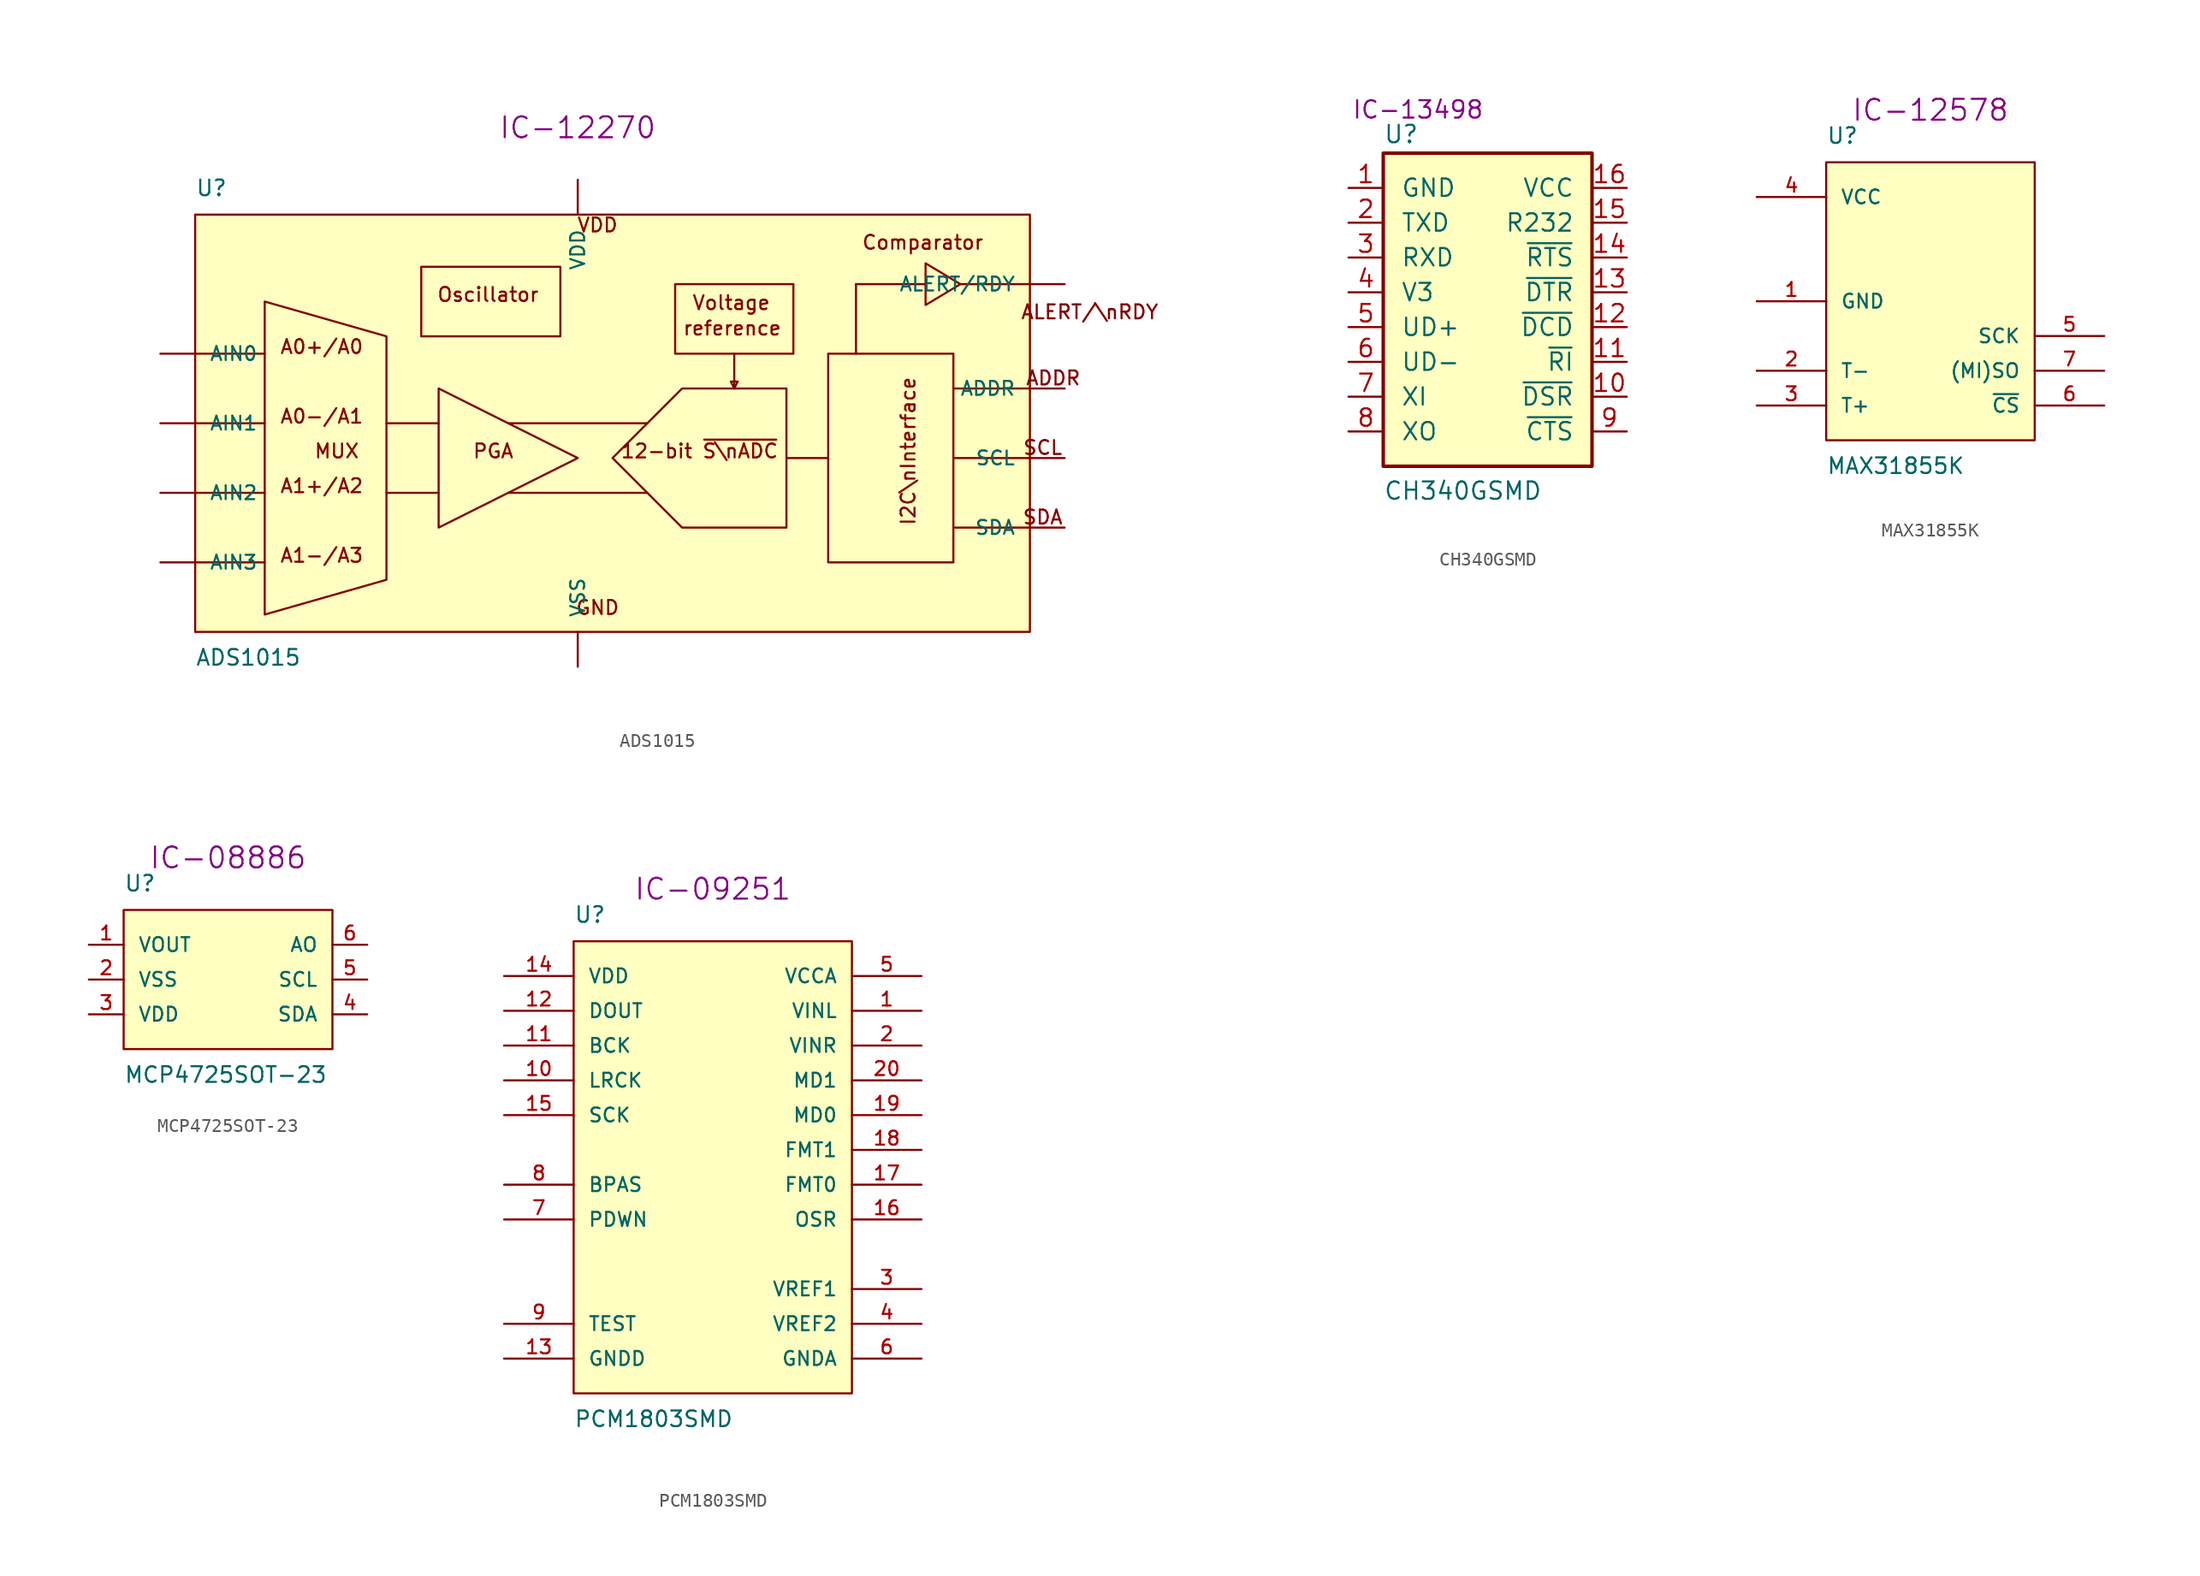
<source format=kicad_sym>
(kicad_symbol_lib
  (version 20220914)
  (generator kicad_symbol_editor)
  (symbol "ADS1015"
    (pin_numbers hide)
    (pin_names
      (offset 1.016))
    (property "Reference" "U"
      (at -27.94 16.51 0)
      (effects (font (size 1.143 1.143)) (justify left bottom)))
    (property "Value" "ADS1015"
      (at -27.94 -17.78 0)
      (effects (font (size 1.143 1.143)) (justify left bottom)))
    (property "Field4" "IC-12270"
      (at 0 21.59 0)
      (effects (font (size 1.524 1.524))))
    (property "ki_locked" ""
      (at 0 0 0)
      (effects (font (size 1.27 1.27))))
    (symbol "ADS1015_0_0"
      (text "reference" (at 7.62 6.35 0) (effects (font (size 1.016 1.016)) (justify left bottom))))
    (symbol "ADS1015_1_0"
      (polyline (pts (xy -27.94 -10.16) (xy -22.86 -10.16)) (stroke (width 0) (type solid)) (fill (type none)))
      (polyline (pts (xy -27.94 -5.08) (xy -22.86 -5.08)) (stroke (width 0) (type solid)) (fill (type none)))
      (polyline (pts (xy -27.94 0) (xy -22.86 0)) (stroke (width 0) (type solid)) (fill (type none)))
      (polyline (pts (xy -27.94 5.08) (xy -22.86 5.08)) (stroke (width 0) (type solid)) (fill (type none)))
      (polyline (pts (xy -13.97 -5.08) (xy -10.16 -5.08)) (stroke (width 0) (type solid)) (fill (type none)))
      (polyline (pts (xy -13.97 0) (xy -10.16 0)) (stroke (width 0) (type solid)) (fill (type none)))
      (polyline (pts (xy -5.08 -5.08) (xy 5.08 -5.08)) (stroke (width 0) (type solid)) (fill (type none)))
      (polyline (pts (xy -5.08 0) (xy 5.08 0)) (stroke (width 0) (type solid)) (fill (type none)))
      (polyline (pts (xy 11.43 5.08) (xy 11.43 2.54)) (stroke (width 0) (type solid)) (fill (type none)))
      (polyline (pts (xy 15.24 -2.54) (xy 18.288 -2.54)) (stroke (width 0) (type solid)) (fill (type none)))
      (polyline (pts (xy 20.32 5.08) (xy 20.32 10.16)) (stroke (width 0) (type solid)) (fill (type none)))
      (polyline (pts (xy 20.32 10.16) (xy 25.4 10.16)) (stroke (width 0) (type solid)) (fill (type none)))
      (polyline (pts (xy 27.432 -7.62) (xy 33.02 -7.62)) (stroke (width 0) (type solid)) (fill (type none)))
      (polyline (pts (xy 27.432 -2.54) (xy 33.02 -2.54)) (stroke (width 0) (type solid)) (fill (type none)))
      (polyline (pts (xy 27.432 2.54) (xy 33.02 2.54)) (stroke (width 0) (type solid)) (fill (type none)))
      (polyline (pts (xy 27.94 10.16) (xy 33.02 10.16)) (stroke (width 0) (type solid)) (fill (type none)))
      (text "12-bit ~{S\\nADC}" (at 8.89 -2.032 0) (effects (font (size 1.016 1.016))))
      (text "A0+/A0" (at -18.694 5.588 0) (effects (font (size 1.016 1.016))))
      (text "A0-/A1" (at -18.694 0.508 0) (effects (font (size 1.016 1.016))))
      (text "A1+/A2" (at -18.694 -4.572 0) (effects (font (size 1.016 1.016))))
      (text "A1-/A3" (at -18.694 -9.652 0) (effects (font (size 1.016 1.016))))
      (text "ADDR" (at 34.722 3.302 0) (effects (font (size 1.016 1.016))))
      (text "ALERT/\\nRDY" (at 37.389 8.128 0) (effects (font (size 1.016 1.016))))
      (text "Comparator" (at 25.197 13.208 0) (effects (font (size 1.016 1.016))))
      (text "GND" (at 1.448 -13.462 0) (effects (font (size 1.016 1.016))))
      (text "I2C\\nInterface" (at 24.13 -2.032 900) (effects (font (size 1.016 1.016))))
      (text "MUX" (at -17.602 -2.032 0) (effects (font (size 1.016 1.016))))
      (text "Oscillator" (at -6.553 9.398 0) (effects (font (size 1.016 1.016))))
      (text "PGA" (at -6.172 -2.032 0) (effects (font (size 1.016 1.016))))
      (text "SCL" (at 33.96 -1.778 0) (effects (font (size 1.016 1.016))))
      (text "SDA" (at 33.96 -6.858 0) (effects (font (size 1.016 1.016))))
      (text "VDD" (at 1.448 14.478 0) (effects (font (size 1.016 1.016))))
      (text "Voltage" (at 8.306 9.398 0) (effects (font (size 1.016 1.016)) (justify left top))))
    (symbol "ADS1015_1_1"
      (polyline (pts (xy 11.43 2.54) (xy 11.684 3.048) (xy 11.176 3.048) (xy 11.43 2.54)) (stroke (width 0) (type solid)) (fill (type background)))
      (polyline (pts (xy -11.43 11.43) (xy -11.43 6.35) (xy -1.27 6.35) (xy -1.27 11.43) (xy -11.43 11.43)) (stroke (width 0) (type solid)) (fill (type background)))
      (polyline (pts (xy 25.4 10.16) (xy 25.4 11.684) (xy 27.94 10.16) (xy 25.4 8.636) (xy 25.4 10.16)) (stroke (width 0) (type solid)) (fill (type background)))
      (polyline (pts (xy -10.16 2.54) (xy -10.16 -7.62) (xy -5.08 -5.08) (xy 0 -2.54) (xy -5.08 0) (xy -10.16 2.54)) (stroke (width 0) (type solid)) (fill (type background)))
      (polyline (pts (xy 7.112 5.08) (xy 11.43 5.08) (xy 15.748 5.08) (xy 15.748 10.16) (xy 7.112 10.16) (xy 7.112 5.08)) (stroke (width 0) (type solid)) (fill (type background)))
      (polyline (pts (xy 2.54 -2.54) (xy 5.08 0) (xy 7.62 2.54) (xy 11.43 2.54) (xy 15.24 2.54) (xy 15.24 -2.54) (xy 15.24 -7.62) (xy 7.62 -7.62) (xy 5.08 -5.08) (xy 2.54 -2.54)) (stroke (width 0) (type solid)) (fill (type background)))
      (polyline (pts (xy 18.288 5.08) (xy 18.288 -2.54) (xy 18.288 -10.16) (xy 27.432 -10.16) (xy 27.432 -7.62) (xy 27.432 -2.54) (xy 27.432 2.54) (xy 27.432 5.08) (xy 20.32 5.08) (xy 18.288 5.08)) (stroke (width 0) (type solid)) (fill (type background)))
      (polyline (pts (xy -22.86 8.89) (xy -13.97 6.35) (xy -13.97 0) (xy -13.97 -5.08) (xy -13.97 -11.43) (xy -22.86 -13.97) (xy -22.86 -10.16) (xy -22.86 -5.08) (xy -22.86 0) (xy -22.86 5.08) (xy -22.86 8.89)) (stroke (width 0) (type solid)) (fill (type background)))
      (polyline (pts (xy -27.94 15.24) (xy -27.94 5.08) (xy -27.94 0) (xy -27.94 -5.08) (xy -27.94 -10.16) (xy -27.94 -15.24) (xy 33.02 -15.24) (xy 33.02 -7.62) (xy 33.02 -2.54) (xy 33.02 2.54) (xy 33.02 10.16) (xy 33.02 15.24) (xy -27.94 15.24)) (stroke (width 0) (type solid)) (fill (type background)))
      (pin bidirectional line (at 35.56 2.54 180) (length 2.54) (name "ADDR" (effects (font (size 1.016 1.016)))) (number "1" (effects (font (size 1.016 1.016)))))
      (pin bidirectional line (at 35.56 -2.54 180) (length 2.54) (name "SCL" (effects (font (size 1.016 1.016)))) (number "10" (effects (font (size 1.016 1.016)))))
      (pin bidirectional line (at 35.56 10.16 180) (length 2.54) (name "ALERT/RDY" (effects (font (size 1.016 1.016)))) (number "2" (effects (font (size 1.016 1.016)))))
      (pin bidirectional line (at 0 -17.78 90) (length 2.54) (name "VSS" (effects (font (size 1.016 1.016)))) (number "3" (effects (font (size 1.016 1.016)))))
      (pin bidirectional line (at -30.48 5.08 0) (length 2.54) (name "AIN0" (effects (font (size 1.016 1.016)))) (number "4" (effects (font (size 1.016 1.016)))))
      (pin bidirectional line (at -30.48 0 0) (length 2.54) (name "AIN1" (effects (font (size 1.016 1.016)))) (number "5" (effects (font (size 1.016 1.016)))))
      (pin bidirectional line (at -30.48 -5.08 0) (length 2.54) (name "AIN2" (effects (font (size 1.016 1.016)))) (number "6" (effects (font (size 1.016 1.016)))))
      (pin bidirectional line (at -30.48 -10.16 0) (length 2.54) (name "AIN3" (effects (font (size 1.016 1.016)))) (number "7" (effects (font (size 1.016 1.016)))))
      (pin bidirectional line (at 0 17.78 270) (length 2.54) (name "VDD" (effects (font (size 1.016 1.016)))) (number "8" (effects (font (size 1.016 1.016)))))
      (pin bidirectional line (at 35.56 -7.62 180) (length 2.54) (name "SDA" (effects (font (size 1.016 1.016)))) (number "9" (effects (font (size 1.016 1.016)))))))
  (symbol "CH340GSMD"
    (pin_names
      (offset 1.27))
    (property "Reference" "U"
      (at -7.62 10.795 0)
      (effects (font (size 1.27 1.27)) (justify left bottom)))
    (property "Value" "CH340GSMD"
      (at -7.62 -15.24 0)
      (effects (font (size 1.27 1.27)) (justify left bottom)))
    (property "Field4" "IC-13498"
      (at -5.08 13.335 0)
      (effects (font (size 1.27 1.27))))
    (symbol "CH340GSMD_1_1"
      (rectangle (start -7.62 -12.7) (end 7.62 10.16) (stroke (width 0.254) (type solid)) (fill (type background)))
      (pin bidirectional line (at -10.16 7.62 0) (length 2.54) (name "GND" (effects (font (size 1.27 1.27)))) (number "1" (effects (font (size 1.27 1.27)))))
      (pin bidirectional line (at 10.16 -7.62 180) (length 2.54) (name "~{DSR}" (effects (font (size 1.27 1.27)))) (number "10" (effects (font (size 1.27 1.27)))))
      (pin bidirectional line (at 10.16 -5.08 180) (length 2.54) (name "~{RI}" (effects (font (size 1.27 1.27)))) (number "11" (effects (font (size 1.27 1.27)))))
      (pin bidirectional line (at 10.16 -2.54 180) (length 2.54) (name "~{DCD}" (effects (font (size 1.27 1.27)))) (number "12" (effects (font (size 1.27 1.27)))))
      (pin bidirectional line (at 10.16 0 180) (length 2.54) (name "~{DTR}" (effects (font (size 1.27 1.27)))) (number "13" (effects (font (size 1.27 1.27)))))
      (pin bidirectional line (at 10.16 2.54 180) (length 2.54) (name "~{RTS}" (effects (font (size 1.27 1.27)))) (number "14" (effects (font (size 1.27 1.27)))))
      (pin bidirectional line (at 10.16 5.08 180) (length 2.54) (name "R232" (effects (font (size 1.27 1.27)))) (number "15" (effects (font (size 1.27 1.27)))))
      (pin bidirectional line (at 10.16 7.62 180) (length 2.54) (name "VCC" (effects (font (size 1.27 1.27)))) (number "16" (effects (font (size 1.27 1.27)))))
      (pin bidirectional line (at -10.16 5.08 0) (length 2.54) (name "TXD" (effects (font (size 1.27 1.27)))) (number "2" (effects (font (size 1.27 1.27)))))
      (pin bidirectional line (at -10.16 2.54 0) (length 2.54) (name "RXD" (effects (font (size 1.27 1.27)))) (number "3" (effects (font (size 1.27 1.27)))))
      (pin bidirectional line (at -10.16 0 0) (length 2.54) (name "V3" (effects (font (size 1.27 1.27)))) (number "4" (effects (font (size 1.27 1.27)))))
      (pin bidirectional line (at -10.16 -2.54 0) (length 2.54) (name "UD+" (effects (font (size 1.27 1.27)))) (number "5" (effects (font (size 1.27 1.27)))))
      (pin bidirectional line (at -10.16 -5.08 0) (length 2.54) (name "UD-" (effects (font (size 1.27 1.27)))) (number "6" (effects (font (size 1.27 1.27)))))
      (pin bidirectional line (at -10.16 -7.62 0) (length 2.54) (name "XI" (effects (font (size 1.27 1.27)))) (number "7" (effects (font (size 1.27 1.27)))))
      (pin bidirectional line (at -10.16 -10.16 0) (length 2.54) (name "XO" (effects (font (size 1.27 1.27)))) (number "8" (effects (font (size 1.27 1.27)))))
      (pin bidirectional line (at 10.16 -10.16 180) (length 2.54) (name "~{CTS}" (effects (font (size 1.27 1.27)))) (number "9" (effects (font (size 1.27 1.27)))))))
  (symbol "MAX31855K"
    (pin_names
      (offset 1.016))
    (property "Reference" "U"
      (at -7.62 11.43 0)
      (effects (font (size 1.143 1.143)) (justify left bottom)))
    (property "Value" "MAX31855K"
      (at -7.62 -12.7 0)
      (effects (font (size 1.143 1.143)) (justify left bottom)))
    (property "Field4" "IC-12578"
      (at 0 13.97 0)
      (effects (font (size 1.524 1.524))))
    (property "ki_locked" ""
      (at 0 0 0)
      (effects (font (size 1.27 1.27))))
    (symbol "MAX31855K_1_1"
      (polyline (pts (xy -7.62 -10.16) (xy 7.62 -10.16) (xy 7.62 10.16) (xy -7.62 10.16) (xy -7.62 -10.16)) (stroke (width 0) (type solid)) (fill (type background)))
      (pin bidirectional line (at -12.7 0 0) (length 5.08) (name "GND" (effects (font (size 1.016 1.016)))) (number "1" (effects (font (size 1.016 1.016)))))
      (pin bidirectional line (at -12.7 -5.08 0) (length 5.08) (name "T-" (effects (font (size 1.016 1.016)))) (number "2" (effects (font (size 1.016 1.016)))))
      (pin bidirectional line (at -12.7 -7.62 0) (length 5.08) (name "T+" (effects (font (size 1.016 1.016)))) (number "3" (effects (font (size 1.016 1.016)))))
      (pin bidirectional line (at -12.7 7.62 0) (length 5.08) (name "VCC" (effects (font (size 1.016 1.016)))) (number "4" (effects (font (size 1.016 1.016)))))
      (pin bidirectional line (at 12.7 -2.54 180) (length 5.08) (name "SCK" (effects (font (size 1.016 1.016)))) (number "5" (effects (font (size 1.016 1.016)))))
      (pin bidirectional line (at 12.7 -7.62 180) (length 5.08) (name "~{CS}" (effects (font (size 1.016 1.016)))) (number "6" (effects (font (size 1.016 1.016)))))
      (pin bidirectional line (at 12.7 -5.08 180) (length 5.08) (name "(MI)SO" (effects (font (size 1.016 1.016)))) (number "7" (effects (font (size 1.016 1.016)))))))
  (symbol "MCP4725SOT-23"
    (pin_names
      (offset 1.016))
    (property "Reference" "U"
      (at -7.62 6.35 0)
      (effects (font (size 1.143 1.143)) (justify left bottom)))
    (property "Value" "MCP4725SOT-23"
      (at -7.62 -7.62 0)
      (effects (font (size 1.143 1.143)) (justify left bottom)))
    (property "Field4" "IC-08886"
      (at 0 8.89 0)
      (effects (font (size 1.524 1.524))))
    (property "ki_locked" ""
      (at 0 0 0)
      (effects (font (size 1.27 1.27))))
    (symbol "MCP4725SOT-23_1_1"
      (polyline (pts (xy -7.62 -5.08) (xy 7.62 -5.08) (xy 7.62 5.08) (xy -7.62 5.08) (xy -7.62 -5.08)) (stroke (width 0) (type solid)) (fill (type background)))
      (pin bidirectional line (at -10.16 2.54 0) (length 2.54) (name "VOUT" (effects (font (size 1.016 1.016)))) (number "1" (effects (font (size 1.016 1.016)))))
      (pin bidirectional line (at -10.16 0 0) (length 2.54) (name "VSS" (effects (font (size 1.016 1.016)))) (number "2" (effects (font (size 1.016 1.016)))))
      (pin bidirectional line (at -10.16 -2.54 0) (length 2.54) (name "VDD" (effects (font (size 1.016 1.016)))) (number "3" (effects (font (size 1.016 1.016)))))
      (pin bidirectional line (at 10.16 -2.54 180) (length 2.54) (name "SDA" (effects (font (size 1.016 1.016)))) (number "4" (effects (font (size 1.016 1.016)))))
      (pin bidirectional line (at 10.16 0 180) (length 2.54) (name "SCL" (effects (font (size 1.016 1.016)))) (number "5" (effects (font (size 1.016 1.016)))))
      (pin bidirectional line (at 10.16 2.54 180) (length 2.54) (name "AO" (effects (font (size 1.016 1.016)))) (number "6" (effects (font (size 1.016 1.016)))))))
  (symbol "PCM1803SMD"
    (pin_names
      (offset 1.016))
    (property "Reference" "U"
      (at -10.16 17.78 0)
      (effects (font (size 1.143 1.143)) (justify left bottom)))
    (property "Value" "PCM1803SMD"
      (at -10.16 -19.05 0)
      (effects (font (size 1.143 1.143)) (justify left bottom)))
    (property "Field4" "IC-09251"
      (at 0 20.32 0)
      (effects (font (size 1.524 1.524))))
    (property "ki_locked" ""
      (at 0 0 0)
      (effects (font (size 1.27 1.27))))
    (symbol "PCM1803SMD_1_1"
      (polyline (pts (xy -10.16 -16.51) (xy 10.16 -16.51) (xy 10.16 16.51) (xy -10.16 16.51) (xy -10.16 -16.51)) (stroke (width 0) (type solid)) (fill (type background)))
      (pin bidirectional line (at 15.24 11.43 180) (length 5.08) (name "VINL" (effects (font (size 1.016 1.016)))) (number "1" (effects (font (size 1.016 1.016)))))
      (pin bidirectional line (at -15.24 6.35 0) (length 5.08) (name "LRCK" (effects (font (size 1.016 1.016)))) (number "10" (effects (font (size 1.016 1.016)))))
      (pin bidirectional line (at -15.24 8.89 0) (length 5.08) (name "BCK" (effects (font (size 1.016 1.016)))) (number "11" (effects (font (size 1.016 1.016)))))
      (pin bidirectional line (at -15.24 11.43 0) (length 5.08) (name "DOUT" (effects (font (size 1.016 1.016)))) (number "12" (effects (font (size 1.016 1.016)))))
      (pin bidirectional line (at -15.24 -13.97 0) (length 5.08) (name "GNDD" (effects (font (size 1.016 1.016)))) (number "13" (effects (font (size 1.016 1.016)))))
      (pin bidirectional line (at -15.24 13.97 0) (length 5.08) (name "VDD" (effects (font (size 1.016 1.016)))) (number "14" (effects (font (size 1.016 1.016)))))
      (pin bidirectional line (at -15.24 3.81 0) (length 5.08) (name "SCK" (effects (font (size 1.016 1.016)))) (number "15" (effects (font (size 1.016 1.016)))))
      (pin bidirectional line (at 15.24 -3.81 180) (length 5.08) (name "OSR" (effects (font (size 1.016 1.016)))) (number "16" (effects (font (size 1.016 1.016)))))
      (pin bidirectional line (at 15.24 -1.27 180) (length 5.08) (name "FMT0" (effects (font (size 1.016 1.016)))) (number "17" (effects (font (size 1.016 1.016)))))
      (pin bidirectional line (at 15.24 1.27 180) (length 5.08) (name "FMT1" (effects (font (size 1.016 1.016)))) (number "18" (effects (font (size 1.016 1.016)))))
      (pin bidirectional line (at 15.24 3.81 180) (length 5.08) (name "MD0" (effects (font (size 1.016 1.016)))) (number "19" (effects (font (size 1.016 1.016)))))
      (pin bidirectional line (at 15.24 8.89 180) (length 5.08) (name "VINR" (effects (font (size 1.016 1.016)))) (number "2" (effects (font (size 1.016 1.016)))))
      (pin bidirectional line (at 15.24 6.35 180) (length 5.08) (name "MD1" (effects (font (size 1.016 1.016)))) (number "20" (effects (font (size 1.016 1.016)))))
      (pin bidirectional line (at 15.24 -8.89 180) (length 5.08) (name "VREF1" (effects (font (size 1.016 1.016)))) (number "3" (effects (font (size 1.016 1.016)))))
      (pin bidirectional line (at 15.24 -11.43 180) (length 5.08) (name "VREF2" (effects (font (size 1.016 1.016)))) (number "4" (effects (font (size 1.016 1.016)))))
      (pin bidirectional line (at 15.24 13.97 180) (length 5.08) (name "VCCA" (effects (font (size 1.016 1.016)))) (number "5" (effects (font (size 1.016 1.016)))))
      (pin bidirectional line (at 15.24 -13.97 180) (length 5.08) (name "GNDA" (effects (font (size 1.016 1.016)))) (number "6" (effects (font (size 1.016 1.016)))))
      (pin bidirectional line (at -15.24 -3.81 0) (length 5.08) (name "PDWN" (effects (font (size 1.016 1.016)))) (number "7" (effects (font (size 1.016 1.016)))))
      (pin bidirectional line (at -15.24 -1.27 0) (length 5.08) (name "BPAS" (effects (font (size 1.016 1.016)))) (number "8" (effects (font (size 1.016 1.016)))))
      (pin bidirectional line (at -15.24 -11.43 0) (length 5.08) (name "TEST" (effects (font (size 1.016 1.016)))) (number "9" (effects (font (size 1.016 1.016))))))))
</source>
